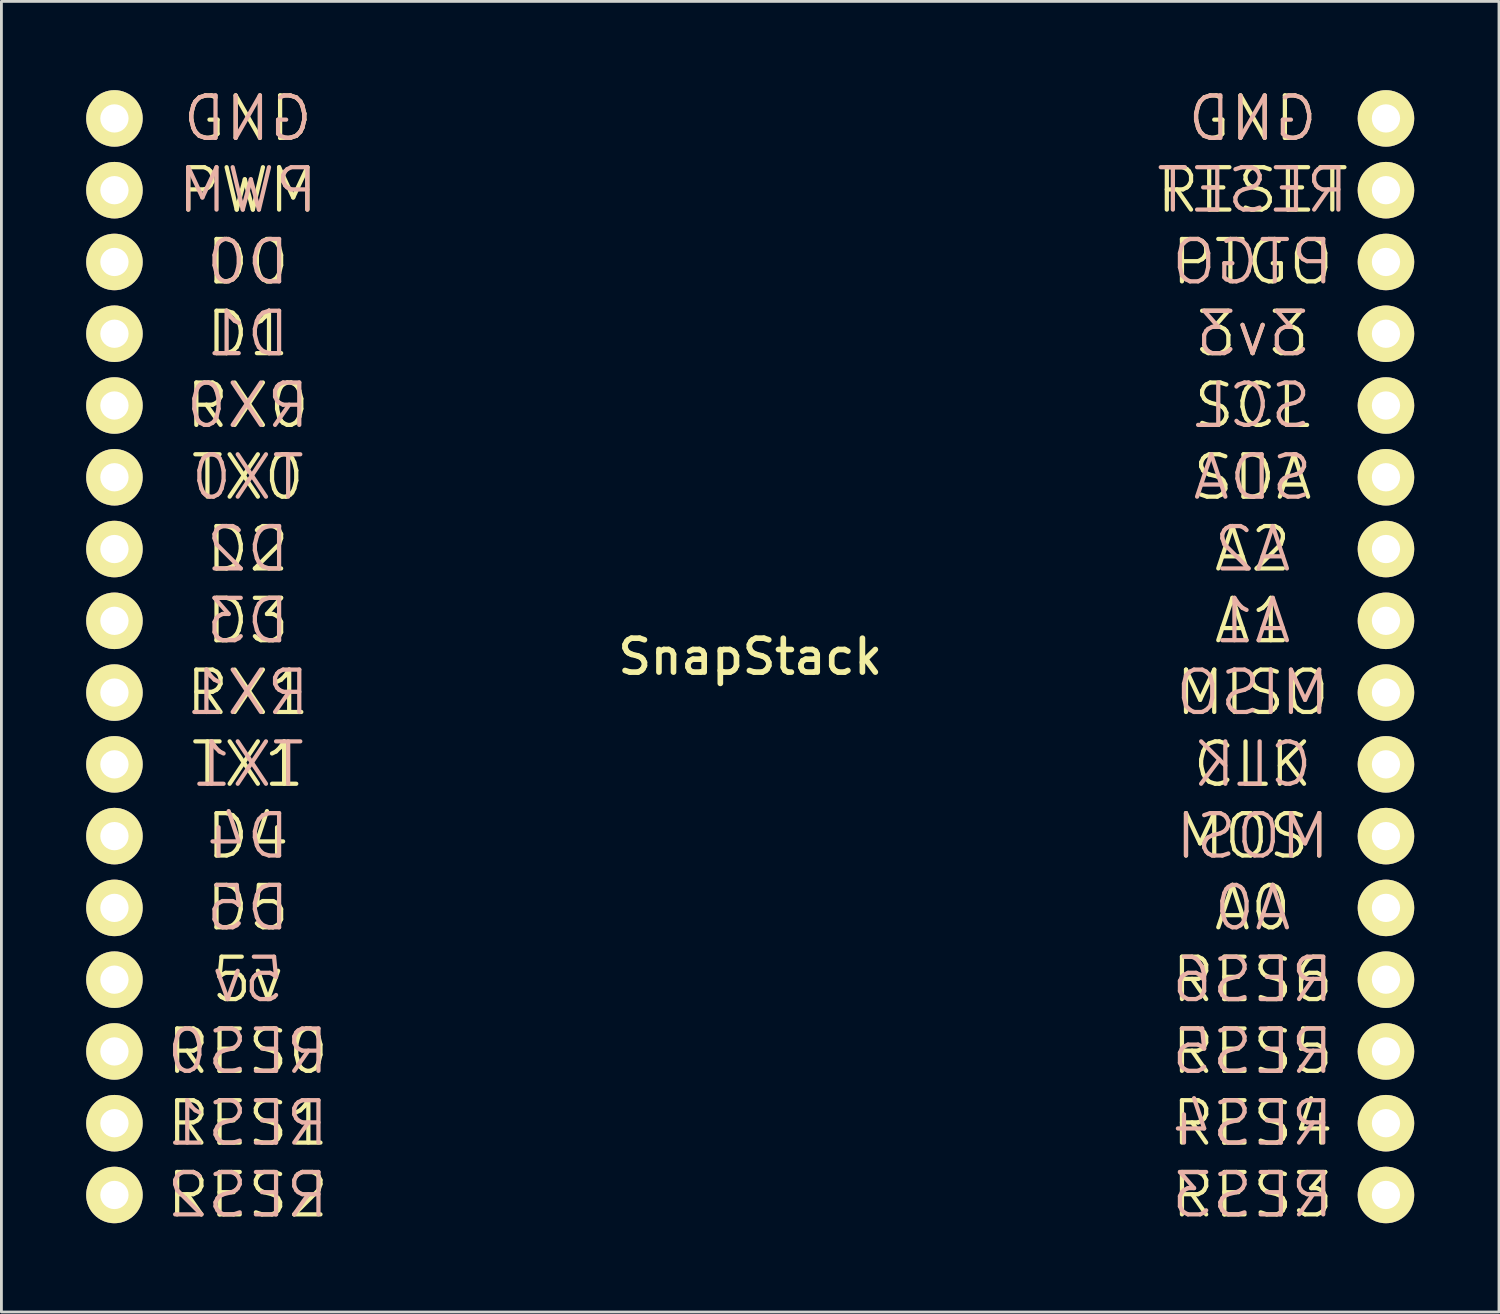
<source format=kicad_pcb>
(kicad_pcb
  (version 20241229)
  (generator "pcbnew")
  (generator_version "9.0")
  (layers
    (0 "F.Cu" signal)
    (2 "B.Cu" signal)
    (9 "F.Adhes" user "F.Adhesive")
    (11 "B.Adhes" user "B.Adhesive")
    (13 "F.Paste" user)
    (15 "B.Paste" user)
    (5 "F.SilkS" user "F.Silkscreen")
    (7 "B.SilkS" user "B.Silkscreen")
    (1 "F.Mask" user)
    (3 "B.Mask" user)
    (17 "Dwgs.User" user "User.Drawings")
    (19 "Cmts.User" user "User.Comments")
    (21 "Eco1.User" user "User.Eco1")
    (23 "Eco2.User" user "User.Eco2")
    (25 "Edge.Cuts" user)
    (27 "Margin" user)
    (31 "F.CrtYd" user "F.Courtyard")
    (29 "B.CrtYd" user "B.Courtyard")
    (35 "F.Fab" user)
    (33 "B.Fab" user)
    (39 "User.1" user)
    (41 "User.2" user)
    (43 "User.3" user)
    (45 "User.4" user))
  (footprint "SnapStack"
    (layer "F.Cu")
    (at 23.5 20.191)
    (property "Reference" "SnapStack" (at 0 0 0) (layer "F.SilkS") (effects (font (size 1.2 1.2) (thickness 0.2))))
    (attr through_hole)
    (fp_text user "RX0" (at -17.78 -8.89 0) (layer "F.SilkS") (effects (font (size 1.5 1.5) (thickness 0.15))))
    (fp_text user "RX1" (at -17.78 1.27 0) (layer "F.SilkS") (effects (font (size 1.5 1.5) (thickness 0.15))))
    (fp_text user "A1" (at 17.78 -1.27 0) (layer "F.SilkS") (effects (font (size 1.5 1.5) (thickness 0.15))))
    (fp_text user "PTGO" (at 17.78 -13.97 0) (layer "F.SilkS") (effects (font (size 1.5 1.5) (thickness 0.15))))
    (fp_text user "RES5" (at 17.78 13.97 0) (layer "F.SilkS") (effects (font (size 1.5 1.5) (thickness 0.15))))
    (fp_text user "D0" (at -17.78 -13.97 0) (layer "F.SilkS") (effects (font (size 1.5 1.5) (thickness 0.15))))
    (fp_text user "PWM" (at -17.78 -16.51 0) (layer "F.SilkS") (effects (font (size 1.5 1.5) (thickness 0.15))))
    (fp_text user "D5" (at -17.78 8.89 0) (layer "F.SilkS") (effects (font (size 1.5 1.5) (thickness 0.15))))
    (fp_text user "GND" (at 17.78 -19.05 0) (layer "F.SilkS") (effects (font (size 1.5 1.5) (thickness 0.15))))
    (fp_text user "D3" (at -17.78 -1.27 0) (layer "F.SilkS") (effects (font (size 1.5 1.5) (thickness 0.15))))
    (fp_text user "D1" (at -17.78 -11.43 0) (layer "F.SilkS") (effects (font (size 1.5 1.5) (thickness 0.15))))
    (fp_text user "A2" (at 17.78 -3.81 0) (layer "F.SilkS") (effects (font (size 1.5 1.5) (thickness 0.15))))
    (fp_text user "CLK" (at 17.78 3.81 0) (layer "F.SilkS") (effects (font (size 1.5 1.5) (thickness 0.15))))
    (fp_text user "RES1" (at -17.78 16.51 0) (layer "F.SilkS") (effects (font (size 1.5 1.5) (thickness 0.15))))
    (fp_text user "TX1" (at -17.78 3.81 0) (layer "F.SilkS") (effects (font (size 1.5 1.5) (thickness 0.15))))
    (fp_text user "RES2" (at -17.78 19.05 0) (layer "F.SilkS") (effects (font (size 1.5 1.5) (thickness 0.15))))
    (fp_text user "3v3" (at 17.78 -11.43 0) (layer "F.SilkS") (effects (font (size 1.5 1.5) (thickness 0.15))))
    (fp_text user "RES0" (at -17.78 13.97 0) (layer "F.SilkS") (effects (font (size 1.5 1.5) (thickness 0.15))))
    (fp_text user "D4" (at -17.78 6.35 0) (layer "F.SilkS") (effects (font (size 1.5 1.5) (thickness 0.15))))
    (fp_text user "RES6" (at 17.78 11.43 0) (layer "F.SilkS") (effects (font (size 1.5 1.5) (thickness 0.15))))
    (fp_text user "MOSI" (at 17.78 6.35 0) (layer "F.SilkS") (effects (font (size 1.5 1.5) (thickness 0.15))))
    (fp_text user "RES4" (at 17.78 16.51 0) (layer "F.SilkS") (effects (font (size 1.5 1.5) (thickness 0.15))))
    (fp_text user "MISO" (at 17.78 1.27 0) (layer "F.SilkS") (effects (font (size 1.5 1.5) (thickness 0.15))))
    (fp_text user "5v" (at -17.78 11.43 0) (layer "F.SilkS") (effects (font (size 1.5 1.5) (thickness 0.15))))
    (fp_text user "A0" (at 17.78 8.89 0) (layer "F.SilkS") (effects (font (size 1.5 1.5) (thickness 0.15))))
    (fp_text user "TX0" (at -17.78 -6.35 0) (layer "F.SilkS") (effects (font (size 1.5 1.5) (thickness 0.15))))
    (fp_text user "SCL" (at 17.78 -8.89 0) (layer "F.SilkS") (effects (font (size 1.5 1.5) (thickness 0.15))))
    (fp_text user "SDA" (at 17.78 -6.35 0) (layer "F.SilkS") (effects (font (size 1.5 1.5) (thickness 0.15))))
    (fp_text user "D2" (at -17.78 -3.81 0) (layer "F.SilkS") (effects (font (size 1.5 1.5) (thickness 0.15))))
    (fp_text user "GND" (at -17.78 -19.05 0) (layer "F.SilkS") (effects (font (size 1.5 1.5) (thickness 0.15))))
    (fp_text user "RES3" (at 17.78 19.05 0) (layer "F.SilkS") (effects (font (size 1.5 1.5) (thickness 0.15))))
    (fp_text user "RESET" (at 17.78 -16.51 0) (layer "F.SilkS") (effects (font (size 1.5 1.5) (thickness 0.15))))
    (fp_text user "D3" (at -17.78 -1.27 0) (layer "B.SilkS") (effects (font (size 1.5 1.5) (thickness 0.15)) (justify mirror)))
    (fp_text user "MOSI" (at 17.78 6.35 0) (layer "B.SilkS") (effects (font (size 1.5 1.5) (thickness 0.15)) (justify mirror)))
    (fp_text user "5v" (at -17.78 11.43 0) (layer "B.SilkS") (effects (font (size 1.5 1.5) (thickness 0.15)) (justify mirror)))
    (fp_text user "3v3" (at 17.78 -11.43 0) (layer "B.SilkS") (effects (font (size 1.5 1.5) (thickness 0.15)) (justify mirror)))
    (fp_text user "RES2" (at -17.78 19.05 0) (layer "B.SilkS") (effects (font (size 1.5 1.5) (thickness 0.15)) (justify mirror)))
    (fp_text user "RX1" (at -17.78 1.27 0) (layer "B.SilkS") (effects (font (size 1.5 1.5) (thickness 0.15)) (justify mirror)))
    (fp_text user "PWM" (at -17.78 -16.51 0) (layer "B.SilkS") (effects (font (size 1.5 1.5) (thickness 0.15)) (justify mirror)))
    (fp_text user "A1" (at 17.78 -1.27 0) (layer "B.SilkS") (effects (font (size 1.5 1.5) (thickness 0.15)) (justify mirror)))
    (fp_text user "TX0" (at -17.78 -6.35 0) (layer "B.SilkS") (effects (font (size 1.5 1.5) (thickness 0.15)) (justify mirror)))
    (fp_text user "RES0" (at -17.78 13.97 0) (layer "B.SilkS") (effects (font (size 1.5 1.5) (thickness 0.15)) (justify mirror)))
    (fp_text user "A2" (at 17.78 -3.81 0) (layer "B.SilkS") (effects (font (size 1.5 1.5) (thickness 0.15)) (justify mirror)))
    (fp_text user "D2" (at -17.78 -3.81 0) (layer "B.SilkS") (effects (font (size 1.5 1.5) (thickness 0.15)) (justify mirror)))
    (fp_text user "RES4" (at 17.78 16.51 0) (layer "B.SilkS") (effects (font (size 1.5 1.5) (thickness 0.15)) (justify mirror)))
    (fp_text user "RX0" (at -17.78 -8.89 0) (layer "B.SilkS") (effects (font (size 1.5 1.5) (thickness 0.15)) (justify mirror)))
    (fp_text user "PTGO" (at 17.78 -13.97 0) (layer "B.SilkS") (effects (font (size 1.5 1.5) (thickness 0.15)) (justify mirror)))
    (fp_text user "A0" (at 17.78 8.89 0) (layer "B.SilkS") (effects (font (size 1.5 1.5) (thickness 0.15)) (justify mirror)))
    (fp_text user "RES1" (at -17.78 16.51 0) (layer "B.SilkS") (effects (font (size 1.5 1.5) (thickness 0.15)) (justify mirror)))
    (fp_text user "RES6" (at 17.78 11.43 0) (layer "B.SilkS") (effects (font (size 1.5 1.5) (thickness 0.15)) (justify mirror)))
    (fp_text user "D5" (at -17.78 8.89 0) (layer "B.SilkS") (effects (font (size 1.5 1.5) (thickness 0.15)) (justify mirror)))
    (fp_text user "SDA" (at 17.78 -6.35 0) (layer "B.SilkS") (effects (font (size 1.5 1.5) (thickness 0.15)) (justify mirror)))
    (fp_text user "GND" (at 17.78 -19.05 0) (layer "B.SilkS") (effects (font (size 1.5 1.5) (thickness 0.15)) (justify mirror)))
    (fp_text user "CLK" (at 17.78 3.81 0) (layer "B.SilkS") (effects (font (size 1.5 1.5) (thickness 0.15)) (justify mirror)))
    (fp_text user "RESET" (at 17.78 -16.51 0) (layer "B.SilkS") (effects (font (size 1.5 1.5) (thickness 0.15)) (justify mirror)))
    (fp_text user "TX1" (at -17.78 3.81 0) (layer "B.SilkS") (effects (font (size 1.5 1.5) (thickness 0.15)) (justify mirror)))
    (fp_text user "RES3" (at 17.78 19.05 0) (layer "B.SilkS") (effects (font (size 1.5 1.5) (thickness 0.15)) (justify mirror)))
    (fp_text user "D1" (at -17.78 -11.43 0) (layer "B.SilkS") (effects (font (size 1.5 1.5) (thickness 0.15)) (justify mirror)))
    (fp_text user "D4" (at -17.78 6.35 0) (layer "B.SilkS") (effects (font (size 1.5 1.5) (thickness 0.15)) (justify mirror)))
    (fp_text user "D0" (at -17.78 -13.97 0) (layer "B.SilkS") (effects (font (size 1.5 1.5) (thickness 0.15)) (justify mirror)))
    (fp_text user "GND" (at -17.78 -19.05 0) (layer "B.SilkS") (effects (font (size 1.5 1.5) (thickness 0.15)) (justify mirror)))
    (fp_text user "SCL" (at 17.78 -8.89 0) (layer "B.SilkS") (effects (font (size 1.5 1.5) (thickness 0.15)) (justify mirror)))
    (fp_text user "MISO" (at 17.78 1.27 0) (layer "B.SilkS") (effects (font (size 1.5 1.5) (thickness 0.15)) (justify mirror)))
    (fp_text user "RES5" (at 17.78 13.97 0) (layer "B.SilkS") (effects (font (size 1.5 1.5) (thickness 0.15)) (justify mirror)))
    (pad "1" thru_hole oval (at -22.5 -19.05) (size 2 2) (drill 1) (layers "*.Cu" "*.Mask" "F.SilkS"))
    (pad "2" thru_hole oval (at -22.5 -16.51) (size 2 2) (drill 1) (layers "*.Cu" "*.Mask" "F.SilkS"))
    (pad "3" thru_hole oval (at -22.5 -13.97) (size 2 2) (drill 1) (layers "*.Cu" "*.Mask" "F.SilkS"))
    (pad "4" thru_hole oval (at -22.5 -11.43) (size 2 2) (drill 1) (layers "*.Cu" "*.Mask" "F.SilkS"))
    (pad "5" thru_hole oval (at -22.5 -8.89) (size 2 2) (drill 1) (layers "*.Cu" "*.Mask" "F.SilkS"))
    (pad "6" thru_hole oval (at -22.5 -6.35) (size 2 2) (drill 1) (layers "*.Cu" "*.Mask" "F.SilkS"))
    (pad "7" thru_hole oval (at -22.5 -3.81) (size 2 2) (drill 1) (layers "*.Cu" "*.Mask" "F.SilkS"))
    (pad "8" thru_hole oval (at -22.5 -1.27) (size 2 2) (drill 1) (layers "*.Cu" "*.Mask" "F.SilkS"))
    (pad "9" thru_hole oval (at -22.5 1.27) (size 2 2) (drill 1) (layers "*.Cu" "*.Mask" "F.SilkS"))
    (pad "10" thru_hole oval (at -22.5 3.81) (size 2 2) (drill 1) (layers "*.Cu" "*.Mask" "F.SilkS"))
    (pad "11" thru_hole oval (at -22.5 6.35) (size 2 2) (drill 1) (layers "*.Cu" "*.Mask" "F.SilkS"))
    (pad "12" thru_hole oval (at -22.5 8.89) (size 2 2) (drill 1) (layers "*.Cu" "*.Mask" "F.SilkS"))
    (pad "13" thru_hole oval (at -22.5 11.43) (size 2 2) (drill 1) (layers "*.Cu" "*.Mask" "F.SilkS"))
    (pad "14" thru_hole oval (at -22.5 13.97) (size 2 2) (drill 1) (layers "*.Cu" "*.Mask" "F.SilkS"))
    (pad "15" thru_hole oval (at -22.5 16.51) (size 2 2) (drill 1) (layers "*.Cu" "*.Mask" "F.SilkS"))
    (pad "16" thru_hole oval (at -22.5 19.05) (size 2 2) (drill 1) (layers "*.Cu" "*.Mask" "F.SilkS"))
    (pad "17" thru_hole oval (at 22.5 19.05) (size 2 2) (drill 1) (layers "*.Cu" "*.Mask" "F.SilkS"))
    (pad "18" thru_hole oval (at 22.5 16.51) (size 2 2) (drill 1) (layers "*.Cu" "*.Mask" "F.SilkS"))
    (pad "19" thru_hole oval (at 22.5 13.97) (size 2 2) (drill 1) (layers "*.Cu" "*.Mask" "F.SilkS"))
    (pad "20" thru_hole oval (at 22.5 11.43) (size 2 2) (drill 1) (layers "*.Cu" "*.Mask" "F.SilkS"))
    (pad "21" thru_hole oval (at 22.5 8.89) (size 2 2) (drill 1) (layers "*.Cu" "*.Mask" "F.SilkS"))
    (pad "22" thru_hole oval (at 22.5 6.35) (size 2 2) (drill 1) (layers "*.Cu" "*.Mask" "F.SilkS"))
    (pad "23" thru_hole oval (at 22.5 3.81) (size 2 2) (drill 1) (layers "*.Cu" "*.Mask" "F.SilkS"))
    (pad "24" thru_hole oval (at 22.5 1.27) (size 2 2) (drill 1) (layers "*.Cu" "*.Mask" "F.SilkS"))
    (pad "25" thru_hole oval (at 22.5 -1.27) (size 2 2) (drill 1) (layers "*.Cu" "*.Mask" "F.SilkS"))
    (pad "26" thru_hole oval (at 22.5 -3.81) (size 2 2) (drill 1) (layers "*.Cu" "*.Mask" "F.SilkS"))
    (pad "27" thru_hole oval (at 22.5 -6.35) (size 2 2) (drill 1) (layers "*.Cu" "*.Mask" "F.SilkS"))
    (pad "28" thru_hole oval (at 22.5 -8.89) (size 2 2) (drill 1) (layers "*.Cu" "*.Mask" "F.SilkS"))
    (pad "29" thru_hole oval (at 22.5 -11.43) (size 2 2) (drill 1) (layers "*.Cu" "*.Mask" "F.SilkS"))
    (pad "30" thru_hole oval (at 22.5 -13.97) (size 2 2) (drill 1) (layers "*.Cu" "*.Mask" "F.SilkS"))
    (pad "31" thru_hole oval (at 22.5 -16.51) (size 2 2) (drill 1) (layers "*.Cu" "*.Mask" "F.SilkS"))
    (pad "32" thru_hole oval (at 22.5 -19.05) (size 2 2) (drill 1) (layers "*.Cu" "*.Mask" "F.SilkS")))
  (gr_rect
    (start -3 -3)
    (end 50 43.382)
    (stroke (width 0.1) (type default))
    (fill no)
    (layer "Edge.Cuts")))
</source>
